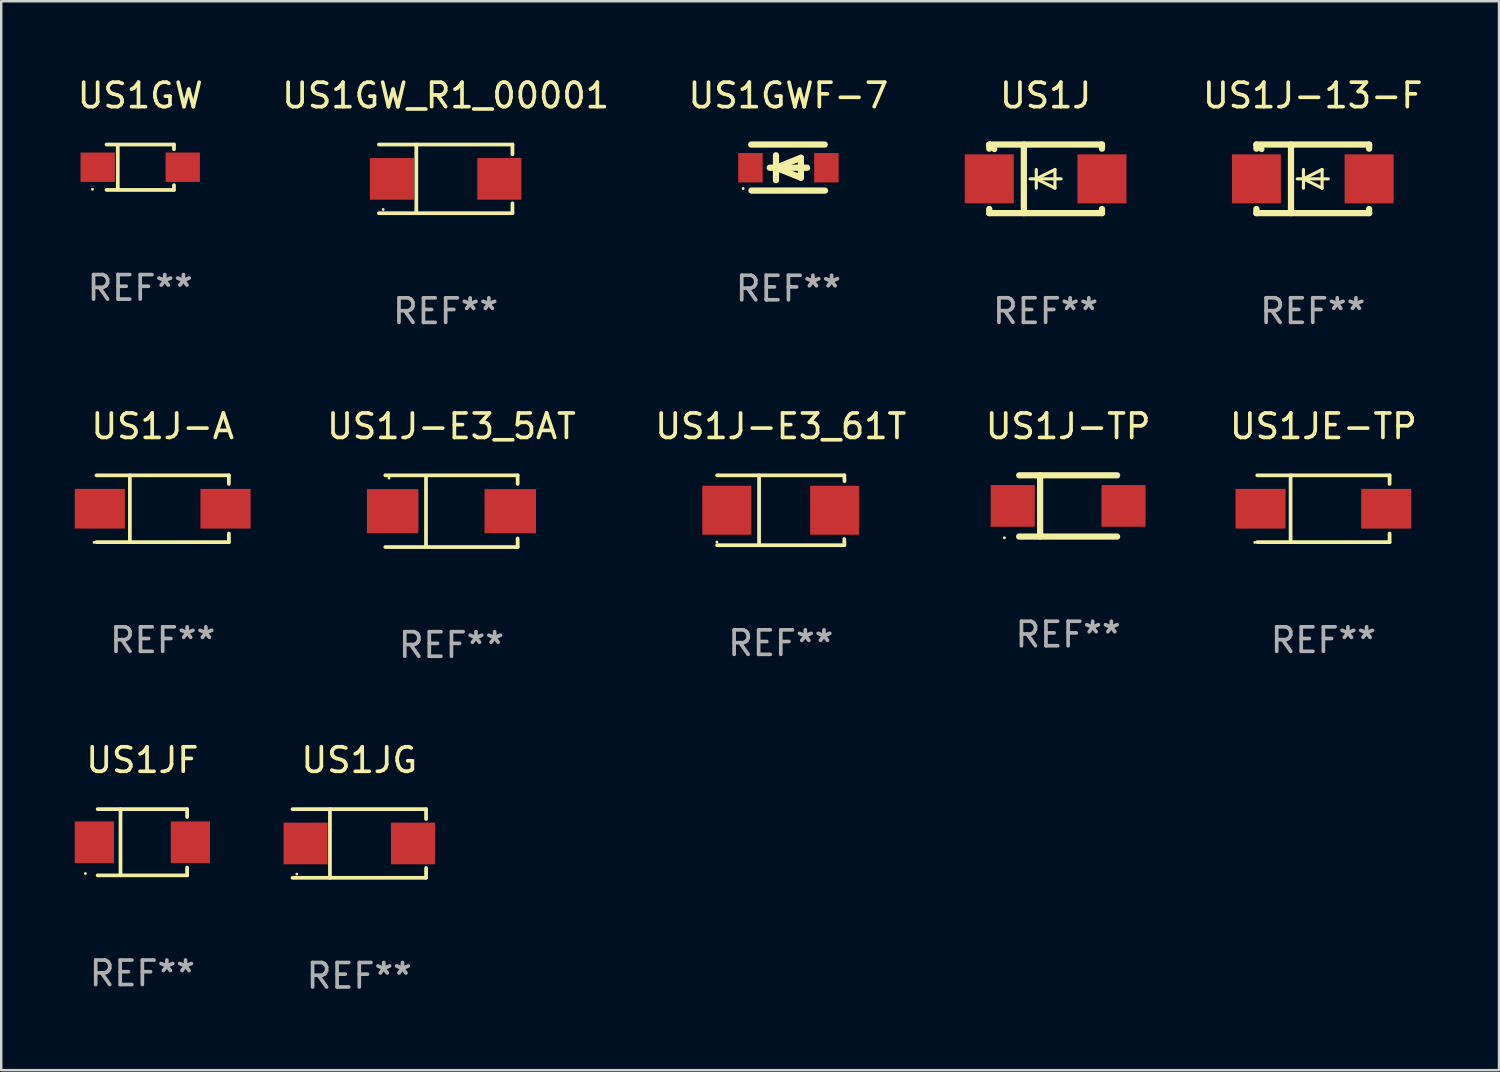
<source format=kicad_pcb>
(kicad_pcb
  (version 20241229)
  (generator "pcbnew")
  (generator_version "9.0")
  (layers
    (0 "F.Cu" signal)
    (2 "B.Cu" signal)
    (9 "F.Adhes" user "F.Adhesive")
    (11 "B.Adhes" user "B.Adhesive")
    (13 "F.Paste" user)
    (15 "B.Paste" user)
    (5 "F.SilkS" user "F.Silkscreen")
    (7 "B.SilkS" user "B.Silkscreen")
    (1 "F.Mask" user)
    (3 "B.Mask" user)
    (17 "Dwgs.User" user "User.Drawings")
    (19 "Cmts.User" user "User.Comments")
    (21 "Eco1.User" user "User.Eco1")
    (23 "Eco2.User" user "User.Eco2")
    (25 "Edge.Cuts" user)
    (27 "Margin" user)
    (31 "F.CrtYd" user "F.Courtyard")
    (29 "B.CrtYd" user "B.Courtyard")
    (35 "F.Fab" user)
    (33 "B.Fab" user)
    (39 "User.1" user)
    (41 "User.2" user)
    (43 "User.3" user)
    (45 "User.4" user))
  (footprint "US1JE-TP"
    (layer "F.Cu")
    (at 50.957 17.711)
    (property "Reference" "US1JE-TP" (at 0 -3.364 0) (layer "F.SilkS") (effects (font (size 1 1) (thickness 0.15))))
    (attr through_hole)
    (fp_line (start -2.701 -1.364) (end 2.701 -1.364) (stroke (width 0.152) (type solid)) (layer "F.SilkS"))
    (fp_line (start -2.701 1.364) (end 2.701 1.364) (stroke (width 0.152) (type solid)) (layer "F.SilkS"))
    (fp_line (start -1.339 -1.364) (end -1.339 1.364) (stroke (width 0.152) (type solid)) (layer "F.SilkS"))
    (fp_line (start 2.701 -1.364) (end 2.701 -1.013) (stroke (width 0.152) (type solid)) (layer "F.SilkS"))
    (fp_line (start 2.701 1.364) (end 2.701 1.013) (stroke (width 0.152) (type solid)) (layer "F.SilkS"))
    (fp_circle (center -2.8 1.375) (end -2.77 1.375) (stroke (width 0.06) (type solid)) (fill no) (layer "F.SilkS"))
    (fp_text user "REF**" (at 0 5.364 0) (layer "F.Fab") (effects (font (size 1 1) (thickness 0.15))))
    (pad "1" smd rect (at -2.565 -0.000025) (size 2.046 1.62) (layers "F.Cu" "F.Mask" "F.Paste"))
    (pad "2" smd rect (at 2.565 -0.000025) (size 2.046 1.62) (layers "F.Cu" "F.Mask" "F.Paste")))
  (footprint "US1J-TP"
    (layer "F.Cu")
    (at 40.54 17.597)
    (property "Reference" "US1J-TP" (at 0 -3.25 0) (layer "F.SilkS") (effects (font (size 1 1) (thickness 0.15))))
    (attr through_hole)
    (fp_line (start -1.999 -1.25) (end 1.999 -1.25) (stroke (width 0.254) (type solid)) (layer "F.SilkS"))
    (fp_line (start -1.143 -1.245) (end -1.143 1.245) (stroke (width 0.254) (type solid)) (layer "F.SilkS"))
    (fp_line (start 1.999 1.25) (end -1.999 1.25) (stroke (width 0.254) (type solid)) (layer "F.SilkS"))
    (fp_circle (center -2.6 1.3) (end -2.57 1.3) (stroke (width 0.06) (type solid)) (fill no) (layer "F.SilkS"))
    (fp_text user "REF**" (at 0 5.25 0) (layer "F.Fab") (effects (font (size 1 1) (thickness 0.15))))
    (pad "1" smd rect (at -2.26 0) (size 1.8 1.7) (layers "F.Cu" "F.Mask" "F.Paste"))
    (pad "2" smd rect (at 2.26 0) (size 1.8 1.7) (layers "F.Cu" "F.Mask" "F.Paste")))
  (footprint "US1GWF-7"
    (layer "F.Cu")
    (at 29.125 3.788)
    (property "Reference" "US1GWF-7" (at 0 -2.94 0) (layer "F.SilkS") (effects (font (size 1 1) (thickness 0.15))))
    (attr through_hole)
    (fp_line (start -1.52 -0.94) (end 1.48 -0.94) (stroke (width 0.254) (type solid)) (layer "F.SilkS"))
    (fp_line (start -1.507 0.94) (end 1.493 0.94) (stroke (width 0.254) (type solid)) (layer "F.SilkS"))
    (fp_line (start -0.762 0.007) (end 0.762 0.007) (stroke (width 0.254) (type solid)) (layer "F.SilkS"))
    (fp_line (start -0.508 -0.501) (end -0.508 0.515) (stroke (width 0.254) (type solid)) (layer "F.SilkS"))
    (fp_line (start -0.508 0.007) (end 0.508 -0.4) (stroke (width 0.254) (type solid)) (layer "F.SilkS"))
    (fp_line (start 0.508 -0.4) (end 0.508 0.413) (stroke (width 0.254) (type solid)) (layer "F.SilkS"))
    (fp_line (start 0.508 0.413) (end -0.508 0.007) (stroke (width 0.254) (type solid)) (layer "F.SilkS"))
    (fp_circle (center -1.85 0.857) (end -1.82 0.857) (stroke (width 0.06) (type solid)) (fill no) (layer "F.SilkS"))
    (fp_text user "REF**" (at 0 4.94 0) (layer "F.Fab") (effects (font (size 1 1) (thickness 0.15))))
    (pad "1" smd rect (at -1.55 0.007) (size 1 1.2) (layers "F.Cu" "F.Mask" "F.Paste"))
    (pad "2" smd rect (at 1.55 0.007) (size 1 1.2) (layers "F.Cu" "F.Mask" "F.Paste")))
  (footprint "US1J-E3_61T"
    (layer "F.Cu")
    (at 28.814 17.773)
    (property "Reference" "US1J-E3_61T" (at 0 -3.426 0) (layer "F.SilkS") (effects (font (size 1 1) (thickness 0.15))))
    (attr through_hole)
    (fp_line (start -2.6 -1.426) (end 2.593 -1.426) (stroke (width 0.152) (type solid)) (layer "F.SilkS"))
    (fp_line (start -2.6 1.426) (end 2.593 1.426) (stroke (width 0.152) (type solid)) (layer "F.SilkS"))
    (fp_line (start -0.887 -1.426) (end -0.887 1.426) (stroke (width 0.152) (type solid)) (layer "F.SilkS"))
    (fp_line (start 2.59 1.176) (end 2.597 1.415) (stroke (width 0.152) (type solid)) (layer "F.SilkS"))
    (fp_line (start 2.593 -1.426) (end 2.6 -1.187) (stroke (width 0.152) (type solid)) (layer "F.SilkS"))
    (fp_circle (center -2.608 1.3) (end -2.578 1.3) (stroke (width 0.06) (type solid)) (fill no) (layer "F.SilkS"))
    (fp_text user "REF**" (at 0 5.426 0) (layer "F.Fab") (effects (font (size 1 1) (thickness 0.15))))
    (pad "1" smd rect (at -2.203 0 180) (size 2 2) (layers "F.Cu" "F.Mask" "F.Paste"))
    (pad "2" smd rect (at 2.197 0 180) (size 2 2) (layers "F.Cu" "F.Mask" "F.Paste")))
  (footprint "US1JF"
    (layer "F.Cu")
    (at 2.76 31.322)
    (property "Reference" "US1JF" (at 0 -3.351 0) (layer "F.SilkS") (effects (font (size 1 1) (thickness 0.15))))
    (attr through_hole)
    (fp_line (start -1.826 -1.351) (end 1.826 -1.351) (stroke (width 0.152) (type solid)) (layer "F.SilkS"))
    (fp_line (start -1.826 1.351) (end 1.826 1.351) (stroke (width 0.152) (type solid)) (layer "F.SilkS"))
    (fp_line (start -0.892 -1.351) (end -0.892 1.351) (stroke (width 0.152) (type solid)) (layer "F.SilkS"))
    (fp_line (start 1.826 -1.351) (end 1.826 -1.03) (stroke (width 0.152) (type solid)) (layer "F.SilkS"))
    (fp_line (start 1.826 1.03) (end 1.826 1.351) (stroke (width 0.152) (type solid)) (layer "F.SilkS"))
    (fp_circle (center -2.325 1.275) (end -2.295 1.275) (stroke (width 0.06) (type solid)) (fill no) (layer "F.SilkS"))
    (fp_text user "REF**" (at 0 5.351 0) (layer "F.Fab") (effects (font (size 1 1) (thickness 0.15))))
    (pad "1" smd rect (at -1.96 0 180) (size 1.6 1.7) (layers "F.Cu" "F.Mask" "F.Paste"))
    (pad "2" smd rect (at 1.96 0 180) (size 1.6 1.7) (layers "F.Cu" "F.Mask" "F.Paste")))
  (footprint "US1JG"
    (layer "F.Cu")
    (at 11.612 31.372)
    (property "Reference" "US1JG" (at 0 -3.401 0) (layer "F.SilkS") (effects (font (size 1 1) (thickness 0.15))))
    (attr through_hole)
    (fp_line (start -2.726 -1.401) (end 2.726 -1.401) (stroke (width 0.152) (type solid)) (layer "F.SilkS"))
    (fp_line (start -2.726 1.401) (end 2.726 1.401) (stroke (width 0.152) (type solid)) (layer "F.SilkS"))
    (fp_line (start -1.197 -1.401) (end -1.197 1.401) (stroke (width 0.152) (type solid)) (layer "F.SilkS"))
    (fp_line (start 2.726 -1.401) (end 2.726 -1) (stroke (width 0.152) (type solid)) (layer "F.SilkS"))
    (fp_line (start 2.726 1.401) (end 2.726 1) (stroke (width 0.152) (type solid)) (layer "F.SilkS"))
    (fp_circle (center -2.55 1.25) (end -2.52 1.25) (stroke (width 0.06) (type solid)) (fill no) (layer "F.SilkS"))
    (fp_text user "REF**" (at 0 5.401 0) (layer "F.Fab") (effects (font (size 1 1) (thickness 0.15))))
    (pad "1" smd rect (at -2.192 0) (size 1.8 1.7) (layers "F.Cu" "F.Mask" "F.Paste"))
    (pad "2" smd rect (at 2.192 0) (size 1.8 1.7) (layers "F.Cu" "F.Mask" "F.Paste")))
  (footprint "US1J-E3_5AT"
    (layer "F.Cu")
    (at 15.374 17.811)
    (property "Reference" "US1J-E3_5AT" (at 0 -3.464 0) (layer "F.SilkS") (effects (font (size 1 1) (thickness 0.15))))
    (attr through_hole)
    (fp_line (start -2.701 -1.464) (end 2.701 -1.464) (stroke (width 0.152) (type solid)) (layer "F.SilkS"))
    (fp_line (start -2.701 1.464) (end 2.701 1.464) (stroke (width 0.152) (type solid)) (layer "F.SilkS"))
    (fp_line (start -1.039 -1.364) (end -1.039 1.364) (stroke (width 0.152) (type solid)) (layer "F.SilkS"))
    (fp_line (start 2.701 -1.464) (end 2.701 -1.113) (stroke (width 0.152) (type solid)) (layer "F.SilkS"))
    (fp_line (start 2.701 1.464) (end 2.701 1.113) (stroke (width 0.152) (type solid)) (layer "F.SilkS"))
    (fp_circle (center -2.55 -1.35) (end -2.52 -1.35) (stroke (width 0.06) (type solid)) (fill no) (layer "F.SilkS"))
    (fp_text user "REF**" (at 0 5.464 0) (layer "F.Fab") (effects (font (size 1 1) (thickness 0.15))))
    (pad "1" smd rect (at -2.4 0) (size 2.1 1.8) (layers "F.Cu" "F.Mask" "F.Paste"))
    (pad "2" smd rect (at 2.4 0) (size 2.1 1.8) (layers "F.Cu" "F.Mask" "F.Paste")))
  (footprint "US1J-13-F"
    (layer "F.Cu")
    (at 50.523 4.248)
    (property "Reference" "US1J-13-F" (at 0 -3.4 0) (layer "F.SilkS") (effects (font (size 1 1) (thickness 0.15))))
    (attr through_hole)
    (fp_line (start -2.3 -1.4) (end -2.3 -1.231) (stroke (width 0.254) (type solid)) (layer "F.SilkS"))
    (fp_line (start -2.3 -1.4) (end 2.3 -1.4) (stroke (width 0.254) (type solid)) (layer "F.SilkS"))
    (fp_line (start -2.3 1.231) (end -2.3 1.4) (stroke (width 0.254) (type solid)) (layer "F.SilkS"))
    (fp_line (start -2.3 1.4) (end 2.3 1.4) (stroke (width 0.254) (type solid)) (layer "F.SilkS"))
    (fp_line (start -0.889 1.4) (end -0.889 -1.4) (stroke (width 0.254) (type solid)) (layer "F.SilkS"))
    (fp_line (start -0.381 0) (end -0.381 -0.381) (stroke (width 0.127) (type solid)) (layer "F.SilkS"))
    (fp_line (start -0.381 0) (end -0.381 0.381) (stroke (width 0.127) (type solid)) (layer "F.SilkS"))
    (fp_line (start 0.381 -0.381) (end -0.381 0) (stroke (width 0.127) (type solid)) (layer "F.SilkS"))
    (fp_line (start 0.381 0) (end 0.381 -0.381) (stroke (width 0.127) (type solid)) (layer "F.SilkS"))
    (fp_line (start 0.381 0) (end 0.381 0.381) (stroke (width 0.127) (type solid)) (layer "F.SilkS"))
    (fp_line (start 0.381 0.381) (end -0.381 0) (stroke (width 0.127) (type solid)) (layer "F.SilkS"))
    (fp_line (start 0.635 0) (end -0.635 0) (stroke (width 0.127) (type solid)) (layer "F.SilkS"))
    (fp_line (start 2.3 -1.4) (end 2.3 -1.231) (stroke (width 0.254) (type solid)) (layer "F.SilkS"))
    (fp_line (start 2.3 1.231) (end 2.3 1.4) (stroke (width 0.254) (type solid)) (layer "F.SilkS"))
    (fp_circle (center -2.088 -1.208) (end -2.028 -1.208) (stroke (width 0.12) (type solid)) (fill no) (layer "F.SilkS"))
    (fp_text user "REF**" (at 0 5.4 0) (layer "F.Fab") (effects (font (size 1 1) (thickness 0.15))))
    (pad "1" smd rect (at -2.3 0 180) (size 2 2) (layers "F.Cu" "F.Mask" "F.Paste"))
    (pad "2" smd rect (at 2.3 0 180) (size 2 2) (layers "F.Cu" "F.Mask" "F.Paste")))
  (footprint "US1GW_R1_00001"
    (layer "F.Cu")
    (at 15.137 4.249)
    (property "Reference" "US1GW_R1_00001" (at 0 -3.401 0) (layer "F.SilkS") (effects (font (size 1 1) (thickness 0.15))))
    (attr through_hole)
    (fp_line (start -2.726 -1.401) (end 2.726 -1.401) (stroke (width 0.152) (type solid)) (layer "F.SilkS"))
    (fp_line (start -2.726 1.401) (end 2.726 1.401) (stroke (width 0.152) (type solid)) (layer "F.SilkS"))
    (fp_line (start -1.197 -1.401) (end -1.197 1.401) (stroke (width 0.152) (type solid)) (layer "F.SilkS"))
    (fp_line (start 2.726 -1.401) (end 2.726 -1) (stroke (width 0.152) (type solid)) (layer "F.SilkS"))
    (fp_line (start 2.726 1.401) (end 2.726 1) (stroke (width 0.152) (type solid)) (layer "F.SilkS"))
    (fp_circle (center -2.55 1.25) (end -2.52 1.25) (stroke (width 0.06) (type solid)) (fill no) (layer "F.SilkS"))
    (fp_text user "REF**" (at 0 5.401 0) (layer "F.Fab") (effects (font (size 1 1) (thickness 0.15))))
    (pad "1" smd rect (at -2.192 0) (size 1.8 1.7) (layers "F.Cu" "F.Mask" "F.Paste"))
    (pad "2" smd rect (at 2.192 0) (size 1.8 1.7) (layers "F.Cu" "F.Mask" "F.Paste")))
  (footprint "US1J"
    (layer "F.Cu")
    (at 39.621 4.248)
    (property "Reference" "US1J" (at 0 -3.4 0) (layer "F.SilkS") (effects (font (size 1 1) (thickness 0.15))))
    (attr through_hole)
    (fp_line (start -2.3 -1.4) (end -2.3 -1.231) (stroke (width 0.254) (type solid)) (layer "F.SilkS"))
    (fp_line (start -2.3 -1.4) (end 2.3 -1.4) (stroke (width 0.254) (type solid)) (layer "F.SilkS"))
    (fp_line (start -2.3 1.231) (end -2.3 1.4) (stroke (width 0.254) (type solid)) (layer "F.SilkS"))
    (fp_line (start -2.3 1.4) (end 2.3 1.4) (stroke (width 0.254) (type solid)) (layer "F.SilkS"))
    (fp_line (start -0.889 1.4) (end -0.889 -1.4) (stroke (width 0.254) (type solid)) (layer "F.SilkS"))
    (fp_line (start -0.381 0) (end -0.381 -0.381) (stroke (width 0.127) (type solid)) (layer "F.SilkS"))
    (fp_line (start -0.381 0) (end -0.381 0.381) (stroke (width 0.127) (type solid)) (layer "F.SilkS"))
    (fp_line (start 0.381 -0.381) (end -0.381 0) (stroke (width 0.127) (type solid)) (layer "F.SilkS"))
    (fp_line (start 0.381 0) (end 0.381 -0.381) (stroke (width 0.127) (type solid)) (layer "F.SilkS"))
    (fp_line (start 0.381 0) (end 0.381 0.381) (stroke (width 0.127) (type solid)) (layer "F.SilkS"))
    (fp_line (start 0.381 0.381) (end -0.381 0) (stroke (width 0.127) (type solid)) (layer "F.SilkS"))
    (fp_line (start 0.635 0) (end -0.635 0) (stroke (width 0.127) (type solid)) (layer "F.SilkS"))
    (fp_line (start 2.3 -1.4) (end 2.3 -1.231) (stroke (width 0.254) (type solid)) (layer "F.SilkS"))
    (fp_line (start 2.3 1.231) (end 2.3 1.4) (stroke (width 0.254) (type solid)) (layer "F.SilkS"))
    (fp_circle (center -2.088 -1.208) (end -2.028 -1.208) (stroke (width 0.12) (type solid)) (fill no) (layer "F.SilkS"))
    (fp_text user "REF**" (at 0 5.4 0) (layer "F.Fab") (effects (font (size 1 1) (thickness 0.15))))
    (pad "1" smd rect (at -2.3 0 180) (size 2 2) (layers "F.Cu" "F.Mask" "F.Paste"))
    (pad "2" smd rect (at 2.3 0 180) (size 2 2) (layers "F.Cu" "F.Mask" "F.Paste")))
  (footprint "US1GW"
    (layer "F.Cu")
    (at 2.673 3.774)
    (property "Reference" "US1GW" (at 0 -2.926 0) (layer "F.SilkS") (effects (font (size 1 1) (thickness 0.15))))
    (attr through_hole)
    (fp_line (start -1.376 -0.926) (end 1.376 -0.926) (stroke (width 0.152) (type solid)) (layer "F.SilkS"))
    (fp_line (start -1.376 0.926) (end 1.376 0.926) (stroke (width 0.152) (type solid)) (layer "F.SilkS"))
    (fp_line (start -0.917 -0.876) (end -0.917 0.876) (stroke (width 0.152) (type solid)) (layer "F.SilkS"))
    (fp_line (start 1.376 -0.926) (end 1.376 -0.733) (stroke (width 0.152) (type solid)) (layer "F.SilkS"))
    (fp_line (start 1.376 0.926) (end 1.376 0.733) (stroke (width 0.152) (type solid)) (layer "F.SilkS"))
    (fp_circle (center -1.95 0.9) (end -1.92 0.9) (stroke (width 0.06) (type solid)) (fill no) (layer "F.SilkS"))
    (fp_text user "REF**" (at 0 4.926 0) (layer "F.Fab") (effects (font (size 1 1) (thickness 0.15))))
    (pad "1" smd rect (at -1.735 0) (size 1.4 1.2) (layers "F.Cu" "F.Mask" "F.Paste"))
    (pad "2" smd rect (at 1.735 0) (size 1.4 1.2) (layers "F.Cu" "F.Mask" "F.Paste")))
  (footprint "US1J-A"
    (layer "F.Cu")
    (at 3.589 17.711)
    (property "Reference" "US1J-A" (at 0 -3.364 0) (layer "F.SilkS") (effects (font (size 1 1) (thickness 0.15))))
    (attr through_hole)
    (fp_line (start -2.701 -1.364) (end 2.701 -1.364) (stroke (width 0.152) (type solid)) (layer "F.SilkS"))
    (fp_line (start -2.701 1.364) (end 2.701 1.364) (stroke (width 0.152) (type solid)) (layer "F.SilkS"))
    (fp_line (start -1.339 -1.364) (end -1.339 1.364) (stroke (width 0.152) (type solid)) (layer "F.SilkS"))
    (fp_line (start 2.701 -1.364) (end 2.701 -1.013) (stroke (width 0.152) (type solid)) (layer "F.SilkS"))
    (fp_line (start 2.701 1.364) (end 2.701 1.013) (stroke (width 0.152) (type solid)) (layer "F.SilkS"))
    (fp_circle (center -2.8 1.375) (end -2.77 1.375) (stroke (width 0.06) (type solid)) (fill no) (layer "F.SilkS"))
    (fp_text user "REF**" (at 0 5.364 0) (layer "F.Fab") (effects (font (size 1 1) (thickness 0.15))))
    (pad "1" smd rect (at -2.565 -0.000025) (size 2.046 1.62) (layers "F.Cu" "F.Mask" "F.Paste"))
    (pad "2" smd rect (at 2.565 -0.000025) (size 2.046 1.62) (layers "F.Cu" "F.Mask" "F.Paste")))
  (gr_rect
    (start -3 -3)
    (end 58.124 40.622)
    (stroke (width 0.1) (type default))
    (fill no)
    (layer "Edge.Cuts")))
</source>
